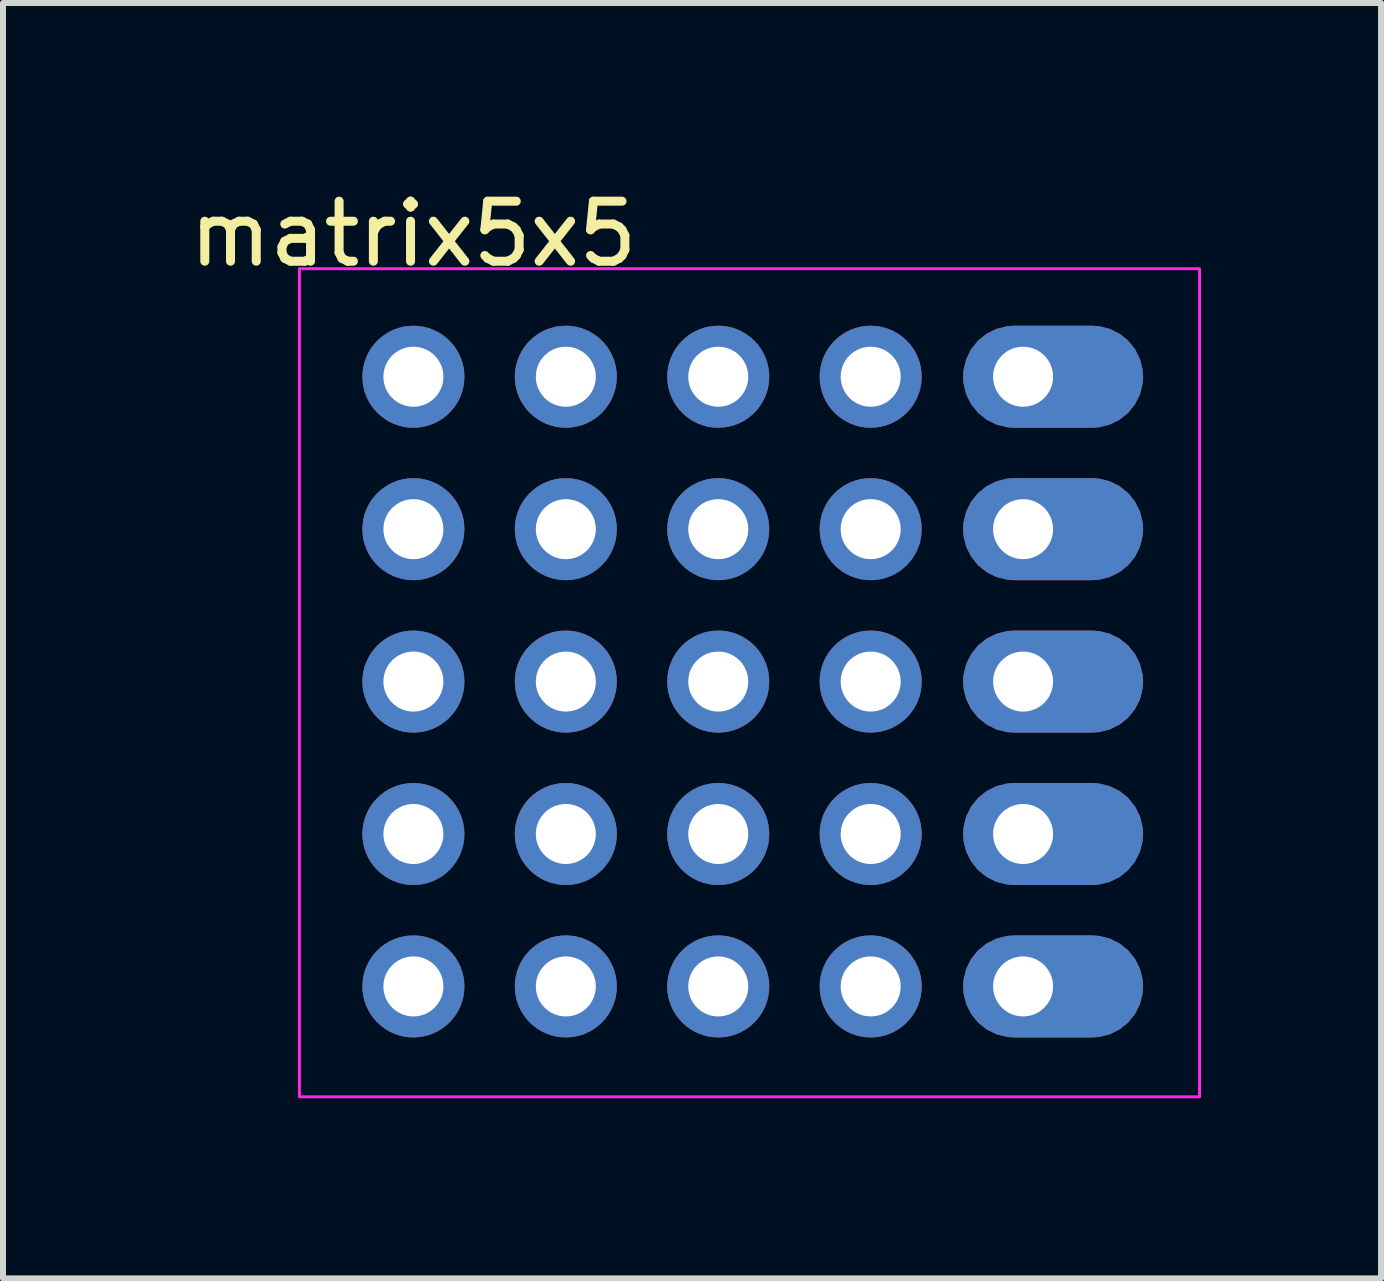
<source format=kicad_pcb>
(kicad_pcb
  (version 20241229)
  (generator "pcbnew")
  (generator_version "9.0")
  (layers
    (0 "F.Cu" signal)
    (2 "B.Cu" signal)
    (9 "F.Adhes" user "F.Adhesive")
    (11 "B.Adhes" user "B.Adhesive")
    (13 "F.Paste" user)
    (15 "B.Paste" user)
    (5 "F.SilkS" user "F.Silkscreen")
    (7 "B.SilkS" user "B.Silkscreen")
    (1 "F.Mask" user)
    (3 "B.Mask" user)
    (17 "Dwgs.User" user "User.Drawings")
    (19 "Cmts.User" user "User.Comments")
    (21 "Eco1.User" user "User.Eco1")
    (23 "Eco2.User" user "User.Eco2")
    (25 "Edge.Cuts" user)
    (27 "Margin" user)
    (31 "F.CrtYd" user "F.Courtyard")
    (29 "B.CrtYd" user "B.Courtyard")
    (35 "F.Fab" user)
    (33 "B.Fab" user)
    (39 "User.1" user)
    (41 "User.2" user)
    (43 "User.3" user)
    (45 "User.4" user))
  (footprint "matrix5x5"
    (layer "F.Cu")
    (at 3.839 3.228)
    (property "Reference" "matrix5x5" (at 0 -2.38 0) (layer "F.SilkS") (effects (font (size 1 1) (thickness 0.15))))
    (attr through_hole)
    (fp_rect (start -1.9 -1.8) (end 13.1 12) (stroke (width 0.05) (type solid)) (fill no) (layer "F.CrtYd"))
    (pad "" thru_hole circle (at 0 2.54) (size 1.7 1.7) (drill 1) (layers "*.Cu" "*.Mask"))
    (pad "" thru_hole circle (at 0 5.08) (size 1.7 1.7) (drill 1) (layers "*.Cu" "*.Mask"))
    (pad "" thru_hole circle (at 0 7.62) (size 1.7 1.7) (drill 1) (layers "*.Cu" "*.Mask"))
    (pad "" thru_hole circle (at 2.54 2.54) (size 1.7 1.7) (drill 1) (layers "*.Cu" "*.Mask"))
    (pad "" thru_hole circle (at 2.54 5.08) (size 1.7 1.7) (drill 1) (layers "*.Cu" "*.Mask"))
    (pad "" thru_hole circle (at 2.54 7.62) (size 1.7 1.7) (drill 1) (layers "*.Cu" "*.Mask"))
    (pad "" thru_hole circle (at 5.08 2.54) (size 1.7 1.7) (drill 1) (layers "*.Cu" "*.Mask"))
    (pad "" thru_hole circle (at 5.08 5.08) (size 1.7 1.7) (drill 1) (layers "*.Cu" "*.Mask"))
    (pad "" thru_hole circle (at 5.08 7.62) (size 1.7 1.7) (drill 1) (layers "*.Cu" "*.Mask"))
    (pad "" thru_hole circle (at 7.62 2.54) (size 1.7 1.7) (drill 1) (layers "*.Cu" "*.Mask"))
    (pad "" thru_hole circle (at 7.62 5.08) (size 1.7 1.7) (drill 1) (layers "*.Cu" "*.Mask"))
    (pad "" thru_hole circle (at 7.62 7.62) (size 1.7 1.7) (drill 1) (layers "*.Cu" "*.Mask"))
    (pad "" thru_hole roundrect (at 10.16 2.54) (size 3 1.7) (drill 1 (offset 0.5 0)) (layers "*.Cu" "*.Mask") (roundrect_rratio 0.5))
    (pad "" thru_hole roundrect (at 10.16 5.08) (size 3 1.7) (drill 1 (offset 0.5 0)) (layers "*.Cu" "*.Mask") (roundrect_rratio 0.5))
    (pad "" thru_hole roundrect (at 10.16 7.62) (size 3 1.7) (drill 1 (offset 0.5 0)) (layers "*.Cu" "*.Mask") (roundrect_rratio 0.5))
    (pad "1" thru_hole circle (at 0 0) (size 1.7 1.7) (drill 1) (layers "*.Cu" "*.Mask"))
    (pad "1" thru_hole circle (at 2.54 0) (size 1.7 1.7) (drill 1) (layers "*.Cu" "*.Mask"))
    (pad "1" thru_hole circle (at 5.08 0) (size 1.7 1.7) (drill 1) (layers "*.Cu" "*.Mask"))
    (pad "1" thru_hole circle (at 7.62 0) (size 1.7 1.7) (drill 1) (layers "*.Cu" "*.Mask"))
    (pad "1" thru_hole roundrect (at 10.16 0) (size 3 1.7) (drill 1 (offset 0.5 0)) (layers "*.Cu" "*.Mask") (roundrect_rratio 0.5))
    (pad "2" thru_hole circle (at 0 10.16) (size 1.7 1.7) (drill 1) (layers "*.Cu" "*.Mask"))
    (pad "2" thru_hole circle (at 2.54 10.16) (size 1.7 1.7) (drill 1) (layers "*.Cu" "*.Mask"))
    (pad "2" thru_hole circle (at 5.08 10.16) (size 1.7 1.7) (drill 1) (layers "*.Cu" "*.Mask"))
    (pad "2" thru_hole circle (at 7.62 10.16) (size 1.7 1.7) (drill 1) (layers "*.Cu" "*.Mask"))
    (pad "2" thru_hole roundrect (at 10.16 10.16) (size 3 1.7) (drill 1 (offset 0.5 0)) (layers "*.Cu" "*.Mask") (roundrect_rratio 0.5)))
  (gr_rect
    (start -3 -3)
    (end 19.964 18.253)
    (stroke (width 0.1) (type default))
    (fill no)
    (layer "Edge.Cuts")))
</source>
